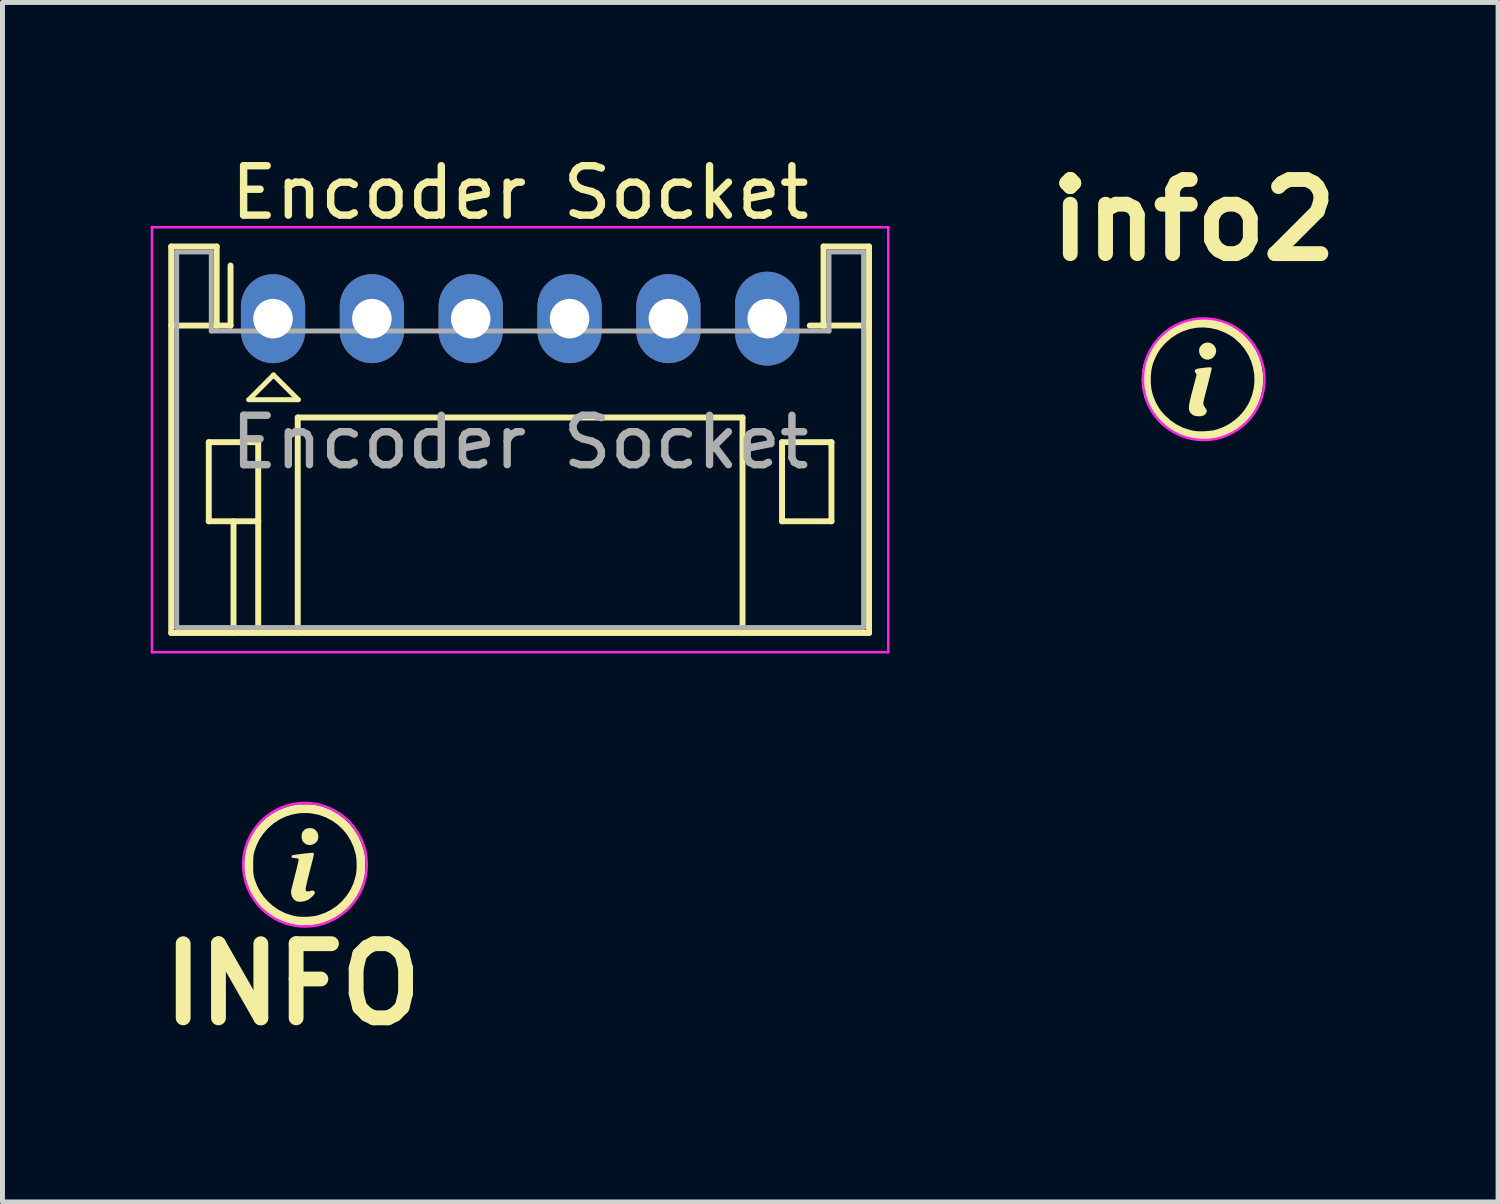
<source format=kicad_pcb>
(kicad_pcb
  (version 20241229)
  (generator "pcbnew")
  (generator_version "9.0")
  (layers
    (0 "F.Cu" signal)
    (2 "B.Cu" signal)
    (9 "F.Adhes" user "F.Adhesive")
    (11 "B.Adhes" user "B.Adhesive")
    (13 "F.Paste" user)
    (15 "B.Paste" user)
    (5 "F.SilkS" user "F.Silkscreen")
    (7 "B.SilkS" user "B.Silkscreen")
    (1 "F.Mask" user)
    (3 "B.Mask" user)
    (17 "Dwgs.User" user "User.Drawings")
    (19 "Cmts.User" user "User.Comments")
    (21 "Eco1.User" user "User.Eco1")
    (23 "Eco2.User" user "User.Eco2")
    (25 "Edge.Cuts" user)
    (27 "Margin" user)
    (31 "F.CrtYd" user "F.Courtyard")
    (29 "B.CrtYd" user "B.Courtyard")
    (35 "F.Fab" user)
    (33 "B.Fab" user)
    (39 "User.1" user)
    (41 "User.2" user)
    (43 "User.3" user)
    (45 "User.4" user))
  (footprint "Encoder Socket"
    (layer "F.Cu")
    (at 2.475 3.398)
    (property "Reference" "Encoder Socket" (at 5 -2.55 0) (layer "F.SilkS") (effects (font (size 1 1) (thickness 0.15))))
    (attr through_hole)
    (fp_line (start -2.06 -1.46) (end -2.06 6.36) (stroke (width 0.12) (type solid)) (layer "F.SilkS"))
    (fp_line (start -2.06 0.14) (end -1.14 0.14) (stroke (width 0.12) (type solid)) (layer "F.SilkS"))
    (fp_line (start -2.06 6.36) (end 12.06 6.36) (stroke (width 0.12) (type solid)) (layer "F.SilkS"))
    (fp_line (start -1.3 2.5) (end -1.3 4.1) (stroke (width 0.12) (type solid)) (layer "F.SilkS"))
    (fp_line (start -1.3 4.1) (end -0.3 4.1) (stroke (width 0.12) (type solid)) (layer "F.SilkS"))
    (fp_line (start -1.14 -1.46) (end -2.06 -1.46) (stroke (width 0.12) (type solid)) (layer "F.SilkS"))
    (fp_line (start -1.14 0.14) (end -1.14 -1.46) (stroke (width 0.12) (type solid)) (layer "F.SilkS"))
    (fp_line (start -0.86 0.14) (end -1.14 0.14) (stroke (width 0.12) (type solid)) (layer "F.SilkS"))
    (fp_line (start -0.86 0.14) (end -0.86 -1.075) (stroke (width 0.12) (type solid)) (layer "F.SilkS"))
    (fp_line (start -0.8 4.1) (end -0.8 6.36) (stroke (width 0.12) (type solid)) (layer "F.SilkS"))
    (fp_line (start -0.49 1.64) (end 0.51 1.64) (stroke (width 0.1) (type solid)) (layer "F.SilkS"))
    (fp_line (start -0.3 2.5) (end -1.3 2.5) (stroke (width 0.12) (type solid)) (layer "F.SilkS"))
    (fp_line (start -0.3 4.1) (end -0.3 2.5) (stroke (width 0.12) (type solid)) (layer "F.SilkS"))
    (fp_line (start -0.3 4.1) (end -0.3 6.36) (stroke (width 0.12) (type solid)) (layer "F.SilkS"))
    (fp_line (start 0.01 1.14) (end -0.49 1.64) (stroke (width 0.1) (type solid)) (layer "F.SilkS"))
    (fp_line (start 0.5 2) (end 9.5 2) (stroke (width 0.12) (type solid)) (layer "F.SilkS"))
    (fp_line (start 0.5 6.36) (end 0.5 2) (stroke (width 0.12) (type solid)) (layer "F.SilkS"))
    (fp_line (start 0.51 1.64) (end 0.01 1.14) (stroke (width 0.1) (type solid)) (layer "F.SilkS"))
    (fp_line (start 9.5 2) (end 9.5 6.36) (stroke (width 0.12) (type solid)) (layer "F.SilkS"))
    (fp_line (start 10.3 2.5) (end 11.3 2.5) (stroke (width 0.12) (type solid)) (layer "F.SilkS"))
    (fp_line (start 10.3 4.1) (end 10.3 2.5) (stroke (width 0.12) (type solid)) (layer "F.SilkS"))
    (fp_line (start 11.14 -1.46) (end 11.14 0.14) (stroke (width 0.12) (type solid)) (layer "F.SilkS"))
    (fp_line (start 11.14 0.14) (end 10.86 0.14) (stroke (width 0.12) (type solid)) (layer "F.SilkS"))
    (fp_line (start 11.3 2.5) (end 11.3 4.1) (stroke (width 0.12) (type solid)) (layer "F.SilkS"))
    (fp_line (start 11.3 4.1) (end 10.3 4.1) (stroke (width 0.12) (type solid)) (layer "F.SilkS"))
    (fp_line (start 12.06 -1.46) (end 11.14 -1.46) (stroke (width 0.12) (type solid)) (layer "F.SilkS"))
    (fp_line (start 12.06 0.14) (end 11.14 0.14) (stroke (width 0.12) (type solid)) (layer "F.SilkS"))
    (fp_line (start 12.06 6.36) (end 12.06 -1.46) (stroke (width 0.12) (type solid)) (layer "F.SilkS"))
    (fp_line (start -2.45 -1.85) (end -2.45 6.75) (stroke (width 0.05) (type solid)) (layer "F.CrtYd"))
    (fp_line (start -2.45 6.75) (end 12.45 6.75) (stroke (width 0.05) (type solid)) (layer "F.CrtYd"))
    (fp_line (start 12.45 -1.85) (end -2.45 -1.85) (stroke (width 0.05) (type solid)) (layer "F.CrtYd"))
    (fp_line (start 12.45 6.75) (end 12.45 -1.85) (stroke (width 0.05) (type solid)) (layer "F.CrtYd"))
    (fp_line (start -1.95 -1.35) (end -1.95 6.25) (stroke (width 0.1) (type solid)) (layer "F.Fab"))
    (fp_line (start -1.95 6.25) (end 11.95 6.25) (stroke (width 0.1) (type solid)) (layer "F.Fab"))
    (fp_line (start -1.25 -1.35) (end -1.95 -1.35) (stroke (width 0.1) (type solid)) (layer "F.Fab"))
    (fp_line (start -1.25 0.25) (end -1.25 -1.35) (stroke (width 0.1) (type solid)) (layer "F.Fab"))
    (fp_line (start 11.25 -1.35) (end 11.25 0.25) (stroke (width 0.1) (type solid)) (layer "F.Fab"))
    (fp_line (start 11.25 0.25) (end -1.25 0.25) (stroke (width 0.1) (type solid)) (layer "F.Fab"))
    (fp_line (start 11.95 -1.35) (end 11.25 -1.35) (stroke (width 0.1) (type solid)) (layer "F.Fab"))
    (fp_line (start 11.95 6.25) (end 11.95 -1.35) (stroke (width 0.1) (type solid)) (layer "F.Fab"))
    (fp_text user "${REFERENCE}" (at 5 2.5 0) (layer "F.Fab") (effects (font (size 1 1) (thickness 0.15))))
    (pad "1" thru_hole oval (at 0 0) (size 1.3 1.8) (drill 0.8) (layers "*.Cu" "*.Mask"))
    (pad "2" thru_hole oval (at 2 0) (size 1.3 1.8) (drill 0.8) (layers "*.Cu" "*.Mask"))
    (pad "3" thru_hole oval (at 4 0) (size 1.3 1.8) (drill 0.8) (layers "*.Cu" "*.Mask"))
    (pad "4" thru_hole oval (at 6 0) (size 1.3 1.8) (drill 0.8) (layers "*.Cu" "*.Mask"))
    (pad "5" thru_hole oval (at 8 0) (size 1.3 1.8) (drill 0.8) (layers "*.Cu" "*.Mask"))
    (pad "6" thru_hole oval (at 10 0) (size 1.3 1.9) (drill 0.8) (layers "*.Cu" "*.Mask")))
  (footprint "info2"
    (layer "F.Cu")
    (at 21.287 4.544)
    (property "Reference" "info2" (at -0.18 -3.14 0) (layer "F.SilkS") (effects (font (size 1.5 1.5) (thickness 0.3))))
    (attr board_only exclude_from_pos_files exclude_from_bom)
    (fp_poly (pts (xy 0.147 -0.658) (xy 0.196 -0.635) (xy 0.237 -0.595) (xy 0.264 -0.546) (xy 0.273 -0.495) (xy 0.265 -0.445) (xy 0.244 -0.4) (xy 0.212 -0.361) (xy 0.171 -0.333) (xy 0.123 -0.318) (xy 0.071 -0.318) (xy 0.023 -0.334) (xy -0.02 -0.365) (xy -0.052 -0.409) (xy -0.07 -0.459) (xy -0.074 -0.512) (xy -0.061 -0.561) (xy -0.051 -0.579) (xy -0.009 -0.624) (xy 0.04 -0.653) (xy 0.093 -0.664)) (stroke (width 0) (type solid)) (fill yes) (layer "F.SilkS"))
    (fp_poly (pts (xy 0.166 -0.159) (xy 0.177 -0.153) (xy 0.182 -0.144) (xy 0.18 -0.131) (xy 0.174 -0.1) (xy 0.164 -0.054) (xy 0.149 0.005) (xy 0.132 0.074) (xy 0.113 0.151) (xy 0.099 0.205) (xy 0.077 0.287) (xy 0.058 0.364) (xy 0.041 0.432) (xy 0.027 0.489) (xy 0.017 0.533) (xy 0.012 0.561) (xy 0.011 0.569) (xy 0.017 0.597) (xy 0.034 0.633) (xy 0.056 0.667) (xy 0.069 0.682) (xy 0.082 0.708) (xy 0.08 0.74) (xy 0.064 0.773) (xy 0.039 0.801) (xy 0.01 0.817) (xy -0.046 0.829) (xy -0.106 0.83) (xy -0.163 0.819) (xy -0.187 0.81) (xy -0.223 0.785) (xy -0.252 0.754) (xy -0.255 0.749) (xy -0.267 0.726) (xy -0.275 0.701) (xy -0.279 0.671) (xy -0.278 0.634) (xy -0.272 0.587) (xy -0.262 0.529) (xy -0.245 0.458) (xy -0.224 0.37) (xy -0.2 0.281) (xy -0.123 -0.011) (xy -0.145 -0.05) (xy -0.158 -0.076) (xy -0.161 -0.092) (xy -0.154 -0.105) (xy -0.149 -0.111) (xy -0.138 -0.121) (xy -0.122 -0.128) (xy -0.095 -0.135) (xy -0.056 -0.142) (xy 0.001 -0.149) (xy 0.01 -0.15) (xy 0.072 -0.157) (xy 0.117 -0.161) (xy 0.147 -0.161)) (stroke (width 0) (type solid)) (fill yes) (layer "F.SilkS"))
    (fp_poly (pts (xy 0.159 -1.135) (xy 0.261 -1.117) (xy 0.41 -1.075) (xy 0.548 -1.016) (xy 0.678 -0.939) (xy 0.801 -0.842) (xy 0.891 -0.754) (xy 0.995 -0.631) (xy 1.08 -0.498) (xy 1.145 -0.357) (xy 1.191 -0.208) (xy 1.217 -0.05) (xy 1.22 -0.022) (xy 1.223 0.139) (xy 1.207 0.296) (xy 1.17 0.448) (xy 1.115 0.594) (xy 1.041 0.731) (xy 0.949 0.859) (xy 0.881 0.935) (xy 0.76 1.046) (xy 0.633 1.136) (xy 0.498 1.208) (xy 0.353 1.262) (xy 0.263 1.286) (xy 0.204 1.296) (xy 0.131 1.304) (xy 0.051 1.31) (xy -0.028 1.312) (xy -0.101 1.311) (xy -0.16 1.307) (xy -0.166 1.306) (xy -0.323 1.274) (xy -0.471 1.223) (xy -0.609 1.155) (xy -0.737 1.072) (xy -0.852 0.975) (xy -0.955 0.864) (xy -1.043 0.742) (xy -1.116 0.609) (xy -1.172 0.467) (xy -1.21 0.317) (xy -1.23 0.161) (xy -1.232 0.084) (xy -1.229 0.034) (xy -1.05 0.034) (xy -1.05 0.165) (xy -1.037 0.283) (xy -1.01 0.394) (xy -0.969 0.504) (xy -0.946 0.552) (xy -0.91 0.619) (xy -0.876 0.675) (xy -0.837 0.727) (xy -0.789 0.782) (xy -0.761 0.812) (xy -0.651 0.912) (xy -0.529 0.995) (xy -0.397 1.061) (xy -0.256 1.107) (xy -0.191 1.122) (xy -0.119 1.131) (xy -0.035 1.134) (xy 0.055 1.132) (xy 0.143 1.124) (xy 0.222 1.112) (xy 0.253 1.106) (xy 0.39 1.06) (xy 0.52 0.995) (xy 0.64 0.914) (xy 0.748 0.818) (xy 0.842 0.709) (xy 0.919 0.588) (xy 0.943 0.542) (xy 0.997 0.406) (xy 1.032 0.266) (xy 1.047 0.125) (xy 1.043 -0.016) (xy 1.02 -0.154) (xy 0.98 -0.287) (xy 0.921 -0.415) (xy 0.846 -0.535) (xy 0.754 -0.645) (xy 0.646 -0.744) (xy 0.604 -0.775) (xy 0.564 -0.801) (xy 0.514 -0.83) (xy 0.462 -0.858) (xy 0.441 -0.868) (xy 0.303 -0.921) (xy 0.163 -0.954) (xy 0.021 -0.968) (xy -0.12 -0.962) (xy -0.259 -0.937) (xy -0.393 -0.893) (xy -0.521 -0.831) (xy -0.641 -0.751) (xy -0.751 -0.654) (xy -0.761 -0.644) (xy -0.815 -0.584) (xy -0.858 -0.531) (xy -0.895 -0.477) (xy -0.929 -0.415) (xy -0.953 -0.366) (xy -0.993 -0.274) (xy -1.021 -0.186) (xy -1.039 -0.094) (xy -1.049 0.009) (xy -1.05 0.034) (xy -1.229 0.034) (xy -1.222 -0.074) (xy -1.193 -0.225) (xy -1.147 -0.369) (xy -1.084 -0.503) (xy -1.006 -0.628) (xy -0.914 -0.742) (xy -0.81 -0.844) (xy -0.694 -0.933) (xy -0.569 -1.008) (xy -0.435 -1.068) (xy -0.294 -1.112) (xy -0.147 -1.138) (xy 0.004 -1.146)) (stroke (width 0) (type solid)) (fill yes) (layer "F.SilkS"))
    (fp_circle (center 0.02 0.08) (end 0.89 0.95) (stroke (width 0.05) (type default)) (fill no) (layer "F.CrtYd")))
  (footprint "INFO"
    (layer "F.Cu")
    (at 3.121 14.368)
    (property "Reference" "INFO" (at -0.25 2.5 0) (layer "F.SilkS") (effects (font (size 1.5 1.5) (thickness 0.3))))
    (attr board_only exclude_from_pos_files exclude_from_bom)
    (fp_poly (pts (xy 0.137 -0.659) (xy 0.17 -0.65) (xy 0.216 -0.62) (xy 0.249 -0.577) (xy 0.268 -0.526) (xy 0.271 -0.472) (xy 0.257 -0.418) (xy 0.251 -0.405) (xy 0.214 -0.362) (xy 0.167 -0.333) (xy 0.113 -0.319) (xy 0.057 -0.323) (xy 0.019 -0.337) (xy -0.026 -0.37) (xy -0.055 -0.412) (xy -0.067 -0.466) (xy -0.068 -0.492) (xy -0.064 -0.545) (xy -0.047 -0.586) (xy -0.014 -0.622) (xy 0.002 -0.635) (xy 0.04 -0.653) (xy 0.088 -0.661)) (stroke (width 0) (type solid)) (fill yes) (layer "F.SilkS"))
    (fp_poly (pts (xy 0.165 -0.161) (xy 0.18 -0.148) (xy 0.182 -0.144) (xy 0.18 -0.131) (xy 0.174 -0.1) (xy 0.164 -0.054) (xy 0.149 0.005) (xy 0.132 0.074) (xy 0.112 0.151) (xy 0.098 0.205) (xy 0.076 0.292) (xy 0.056 0.372) (xy 0.039 0.443) (xy 0.026 0.501) (xy 0.017 0.546) (xy 0.013 0.573) (xy 0.013 0.579) (xy 0.017 0.605) (xy 0.029 0.616) (xy 0.046 0.619) (xy 0.089 0.619) (xy 0.127 0.604) (xy 0.14 0.6) (xy 0.15 0.6) (xy 0.17 0.61) (xy 0.18 0.61) (xy 0.19 0.62) (xy 0.2 0.63) (xy 0.2 0.64) (xy 0.2 0.65) (xy 0.19 0.67) (xy 0.183 0.686) (xy 0.145 0.726) (xy 0.103 0.762) (xy 0.06 0.791) (xy 0.049 0.797) (xy -0.002 0.816) (xy -0.059 0.827) (xy -0.115 0.83) (xy -0.162 0.822) (xy -0.175 0.818) (xy -0.221 0.786) (xy -0.256 0.74) (xy -0.277 0.684) (xy -0.282 0.625) (xy -0.279 0.603) (xy -0.275 0.582) (xy -0.266 0.544) (xy -0.253 0.493) (xy -0.237 0.43) (xy -0.219 0.359) (xy -0.199 0.283) (xy -0.199 0.281) (xy -0.179 0.206) (xy -0.162 0.137) (xy -0.148 0.077) (xy -0.137 0.028) (xy -0.13 -0.007) (xy -0.128 -0.024) (xy -0.128 -0.024) (xy -0.133 -0.037) (xy -0.144 -0.045) (xy -0.167 -0.05) (xy -0.2 -0.053) (xy -0.238 -0.057) (xy -0.26 -0.062) (xy -0.27 -0.071) (xy -0.272 -0.077) (xy -0.27 -0.099) (xy -0.265 -0.108) (xy -0.252 -0.112) (xy -0.221 -0.118) (xy -0.178 -0.125) (xy -0.126 -0.132) (xy -0.068 -0.14) (xy -0.009 -0.147) (xy 0.047 -0.153) (xy 0.096 -0.158) (xy 0.135 -0.161) (xy 0.16 -0.162)) (stroke (width 0) (type solid)) (fill yes) (layer "F.SilkS"))
    (fp_poly (pts (xy 0.083 -1.14) (xy 0.156 -1.135) (xy 0.222 -1.126) (xy 0.286 -1.112) (xy 0.356 -1.092) (xy 0.398 -1.079) (xy 0.539 -1.021) (xy 0.67 -0.945) (xy 0.791 -0.853) (xy 0.901 -0.746) (xy 0.997 -0.627) (xy 1.078 -0.497) (xy 1.143 -0.358) (xy 1.19 -0.212) (xy 1.211 -0.112) (xy 1.216 -0.064) (xy 1.22 -0.000487) (xy 1.221 0.07) (xy 1.22 0.143) (xy 1.218 0.21) (xy 1.213 0.264) (xy 1.211 0.281) (xy 1.176 0.435) (xy 1.121 0.581) (xy 1.05 0.717) (xy 0.962 0.843) (xy 0.86 0.958) (xy 0.744 1.059) (xy 0.615 1.145) (xy 0.476 1.216) (xy 0.327 1.269) (xy 0.24 1.291) (xy 0.183 1.3) (xy 0.113 1.306) (xy 0.035 1.311) (xy -0.042 1.312) (xy -0.112 1.31) (xy -0.159 1.306) (xy -0.306 1.277) (xy -0.452 1.229) (xy -0.592 1.163) (xy -0.722 1.081) (xy -0.839 0.986) (xy -0.847 0.979) (xy -0.955 0.862) (xy -1.045 0.737) (xy -1.118 0.604) (xy -1.172 0.465) (xy -1.209 0.323) (xy -1.229 0.178) (xy -1.23 0.084) (xy -1.047 0.084) (xy -1.047 0.154) (xy -1.046 0.208) (xy -1.044 0.249) (xy -1.04 0.282) (xy -1.035 0.312) (xy -1.027 0.343) (xy -1.018 0.374) (xy -0.971 0.501) (xy -0.913 0.615) (xy -0.841 0.72) (xy -0.761 0.812) (xy -0.651 0.913) (xy -0.529 0.996) (xy -0.397 1.061) (xy -0.254 1.107) (xy -0.186 1.122) (xy -0.12 1.131) (xy -0.04 1.134) (xy 0.045 1.133) (xy 0.13 1.126) (xy 0.206 1.116) (xy 0.249 1.107) (xy 0.391 1.06) (xy 0.523 0.995) (xy 0.643 0.914) (xy 0.75 0.818) (xy 0.843 0.708) (xy 0.921 0.587) (xy 0.982 0.454) (xy 1.025 0.311) (xy 1.027 0.3) (xy 1.039 0.227) (xy 1.045 0.14) (xy 1.045 0.049) (xy 1.041 -0.039) (xy 1.03 -0.116) (xy 1.027 -0.132) (xy 0.986 -0.274) (xy 0.927 -0.406) (xy 0.852 -0.528) (xy 0.763 -0.637) (xy 0.659 -0.733) (xy 0.544 -0.814) (xy 0.419 -0.88) (xy 0.284 -0.928) (xy 0.142 -0.957) (xy 0.052 -0.966) (xy -0.097 -0.964) (xy -0.242 -0.941) (xy -0.38 -0.899) (xy -0.511 -0.837) (xy -0.633 -0.758) (xy -0.745 -0.66) (xy -0.761 -0.644) (xy -0.849 -0.541) (xy -0.92 -0.435) (xy -0.976 -0.321) (xy -1.018 -0.205) (xy -1.028 -0.17) (xy -1.036 -0.14) (xy -1.041 -0.11) (xy -1.044 -0.076) (xy -1.046 -0.033) (xy -1.047 0.022) (xy -1.047 0.084) (xy -1.23 0.084) (xy -1.231 0.032) (xy -1.216 -0.113) (xy -1.185 -0.256) (xy -1.136 -0.394) (xy -1.07 -0.527) (xy -0.988 -0.652) (xy -0.89 -0.767) (xy -0.775 -0.873) (xy -0.681 -0.942) (xy -0.555 -1.015) (xy -0.419 -1.073) (xy -0.29 -1.112) (xy -0.242 -1.123) (xy -0.202 -1.131) (xy -0.162 -1.137) (xy -0.119 -1.14) (xy -0.065 -1.141) (xy -0.005 -1.141)) (stroke (width 0) (type solid)) (fill yes) (layer "F.SilkS"))
    (fp_circle (center 0 0.08) (end 0.75 1.08) (stroke (width 0.05) (type default)) (fill no) (layer "F.CrtYd")))
  (gr_rect
    (start -3 -3)
    (end 27.264 21.272)
    (stroke (width 0.1) (type default))
    (fill no)
    (layer "Edge.Cuts")))
</source>
